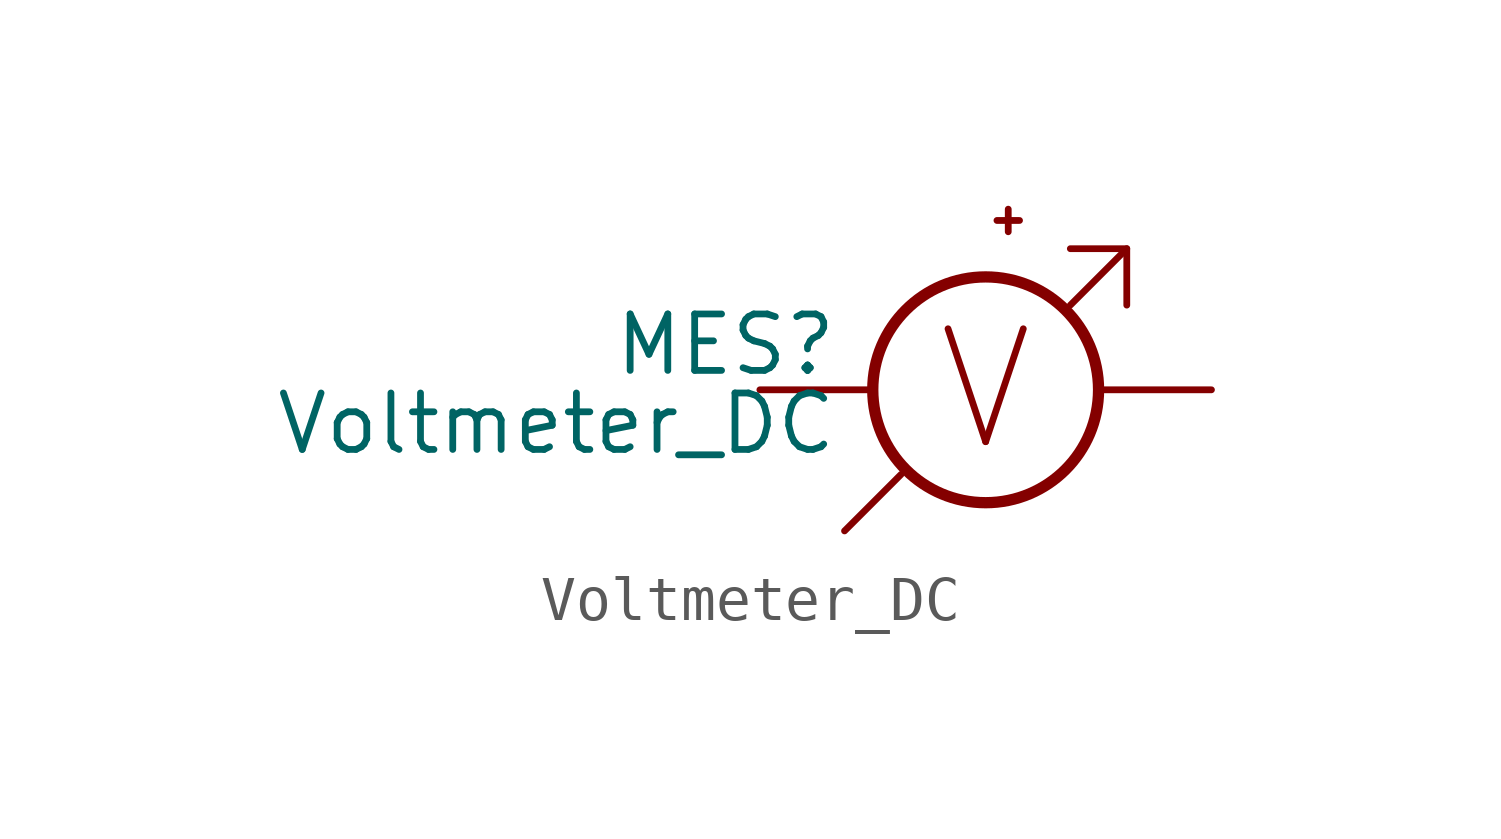
<source format=kicad_sym>
(kicad_symbol_lib
  (version 20231120)
  (generator "kicad_symbol_editor")
  (generator_version "8.0")
  (symbol "Voltmeter_DC"
    (pin_numbers hide)
    (pin_names
      (offset 0.025) hide)
    (property "Reference" "MES"
      (at -3.302 1.016 0)
      (effects (font (size 1.27 1.27)) (justify right)))
    (property "Value" "Voltmeter_DC"
      (at -3.302 -0.762 0)
      (effects (font (size 1.27 1.27)) (justify right)))
    (symbol "Voltmeter_DC_0_0"
      (polyline (pts (xy -3.175 -3.175) (xy -1.905 -1.905)) (stroke (width 0) (type default)) (fill (type none)))
      (polyline (pts (xy 1.905 1.905) (xy 3.175 3.175)) (stroke (width 0) (type default)) (fill (type none)))
      (polyline (pts (xy 1.905 3.175) (xy 3.175 3.175) (xy 3.175 1.905)) (stroke (width 0) (type default)) (fill (type none)))
      (text "V" (at 0 0 0) (effects (font (size 2.54 2.54)))))
    (symbol "Voltmeter_DC_0_1"
      (polyline (pts (xy 0.254 3.81) (xy 0.762 3.81)) (stroke (width 0) (type default)) (fill (type none)))
      (polyline (pts (xy 0.508 4.064) (xy 0.508 3.556)) (stroke (width 0) (type default)) (fill (type none)))
      (circle (center 0 0) (radius 2.54) (stroke (width 0.254) (type default)) (fill (type none))))
    (symbol "Voltmeter_DC_1_1"
      (pin passive line (at 5.08 0 180) (length 2.54) (name "-" (effects (font (size 1.27 1.27)))) (number "1" (effects (font (size 1.27 1.27)))))
      (pin passive line (at -5.08 0 0) (length 2.54) (name "+" (effects (font (size 1.27 1.27)))) (number "2" (effects (font (size 1.27 1.27))))))))
</source>
